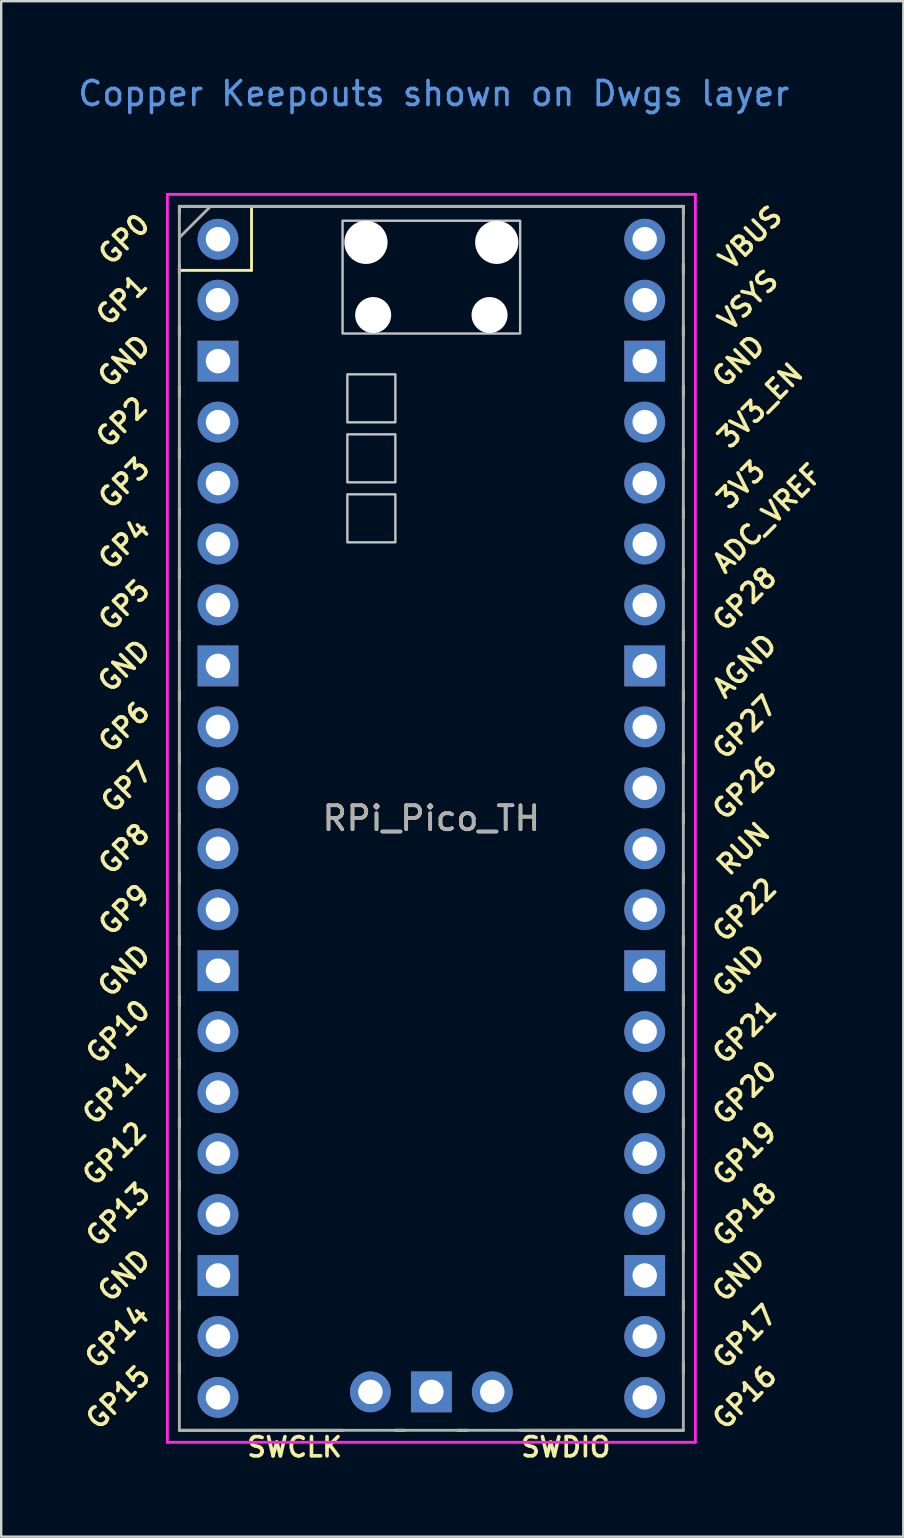
<source format=kicad_pcb>
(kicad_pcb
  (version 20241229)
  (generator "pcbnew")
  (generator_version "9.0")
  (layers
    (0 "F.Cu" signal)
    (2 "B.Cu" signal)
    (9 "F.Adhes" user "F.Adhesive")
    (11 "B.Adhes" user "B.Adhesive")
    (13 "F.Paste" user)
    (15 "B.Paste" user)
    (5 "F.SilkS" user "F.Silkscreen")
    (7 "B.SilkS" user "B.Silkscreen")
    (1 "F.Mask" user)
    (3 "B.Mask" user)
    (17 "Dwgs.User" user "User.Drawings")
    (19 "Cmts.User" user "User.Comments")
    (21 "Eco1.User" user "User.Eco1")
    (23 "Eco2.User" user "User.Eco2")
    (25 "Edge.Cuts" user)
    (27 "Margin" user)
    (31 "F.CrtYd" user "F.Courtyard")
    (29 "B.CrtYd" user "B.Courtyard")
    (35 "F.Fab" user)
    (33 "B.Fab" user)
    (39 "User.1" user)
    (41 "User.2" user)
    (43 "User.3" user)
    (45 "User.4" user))
  (footprint "RPi_Pico_TH"
    (layer "F.Cu")
    (at 14.924 31.048)
    (property "Reference" "RPi_Pico_TH" (at 0 0 0) (layer "F.SilkS") (effects (font (size 1 1) (thickness 0.15))))
    (attr through_hole)
    (fp_line (start -10.5 -25.5) (end -10.5 -25.2) (stroke (width 0.12) (type solid)) (layer "F.SilkS"))
    (fp_line (start -10.5 -25.5) (end 10.5 -25.5) (stroke (width 0.12) (type solid)) (layer "F.SilkS"))
    (fp_line (start -10.5 -23.1) (end -10.5 -22.7) (stroke (width 0.12) (type solid)) (layer "F.SilkS"))
    (fp_line (start -10.5 -22.833) (end -7.493 -22.833) (stroke (width 0.12) (type solid)) (layer "F.SilkS"))
    (fp_line (start -10.5 -20.5) (end -10.5 -20.1) (stroke (width 0.12) (type solid)) (layer "F.SilkS"))
    (fp_line (start -10.5 -18) (end -10.5 -17.6) (stroke (width 0.12) (type solid)) (layer "F.SilkS"))
    (fp_line (start -10.5 -15.4) (end -10.5 -15) (stroke (width 0.12) (type solid)) (layer "F.SilkS"))
    (fp_line (start -10.5 -12.9) (end -10.5 -12.5) (stroke (width 0.12) (type solid)) (layer "F.SilkS"))
    (fp_line (start -10.5 -10.4) (end -10.5 -10) (stroke (width 0.12) (type solid)) (layer "F.SilkS"))
    (fp_line (start -10.5 -7.8) (end -10.5 -7.4) (stroke (width 0.12) (type solid)) (layer "F.SilkS"))
    (fp_line (start -10.5 -5.3) (end -10.5 -4.9) (stroke (width 0.12) (type solid)) (layer "F.SilkS"))
    (fp_line (start -10.5 -2.7) (end -10.5 -2.3) (stroke (width 0.12) (type solid)) (layer "F.SilkS"))
    (fp_line (start -10.5 -0.2) (end -10.5 0.2) (stroke (width 0.12) (type solid)) (layer "F.SilkS"))
    (fp_line (start -10.5 2.3) (end -10.5 2.7) (stroke (width 0.12) (type solid)) (layer "F.SilkS"))
    (fp_line (start -10.5 4.9) (end -10.5 5.3) (stroke (width 0.12) (type solid)) (layer "F.SilkS"))
    (fp_line (start -10.5 7.4) (end -10.5 7.8) (stroke (width 0.12) (type solid)) (layer "F.SilkS"))
    (fp_line (start -10.5 10) (end -10.5 10.4) (stroke (width 0.12) (type solid)) (layer "F.SilkS"))
    (fp_line (start -10.5 12.5) (end -10.5 12.9) (stroke (width 0.12) (type solid)) (layer "F.SilkS"))
    (fp_line (start -10.5 15.1) (end -10.5 15.5) (stroke (width 0.12) (type solid)) (layer "F.SilkS"))
    (fp_line (start -10.5 17.6) (end -10.5 18) (stroke (width 0.12) (type solid)) (layer "F.SilkS"))
    (fp_line (start -10.5 20.1) (end -10.5 20.5) (stroke (width 0.12) (type solid)) (layer "F.SilkS"))
    (fp_line (start -10.5 22.7) (end -10.5 23.1) (stroke (width 0.12) (type solid)) (layer "F.SilkS"))
    (fp_line (start -7.493 -22.833) (end -7.493 -25.5) (stroke (width 0.12) (type solid)) (layer "F.SilkS"))
    (fp_line (start -3.7 25.5) (end -10.5 25.5) (stroke (width 0.12) (type solid)) (layer "F.SilkS"))
    (fp_line (start -1.5 25.5) (end -1.1 25.5) (stroke (width 0.12) (type solid)) (layer "F.SilkS"))
    (fp_line (start 1.1 25.5) (end 1.5 25.5) (stroke (width 0.12) (type solid)) (layer "F.SilkS"))
    (fp_line (start 10.5 -25.5) (end 10.5 -25.2) (stroke (width 0.12) (type solid)) (layer "F.SilkS"))
    (fp_line (start 10.5 -23.1) (end 10.5 -22.7) (stroke (width 0.12) (type solid)) (layer "F.SilkS"))
    (fp_line (start 10.5 -20.5) (end 10.5 -20.1) (stroke (width 0.12) (type solid)) (layer "F.SilkS"))
    (fp_line (start 10.5 -18) (end 10.5 -17.6) (stroke (width 0.12) (type solid)) (layer "F.SilkS"))
    (fp_line (start 10.5 -15.4) (end 10.5 -15) (stroke (width 0.12) (type solid)) (layer "F.SilkS"))
    (fp_line (start 10.5 -12.9) (end 10.5 -12.5) (stroke (width 0.12) (type solid)) (layer "F.SilkS"))
    (fp_line (start 10.5 -10.4) (end 10.5 -10) (stroke (width 0.12) (type solid)) (layer "F.SilkS"))
    (fp_line (start 10.5 -7.8) (end 10.5 -7.4) (stroke (width 0.12) (type solid)) (layer "F.SilkS"))
    (fp_line (start 10.5 -5.3) (end 10.5 -4.9) (stroke (width 0.12) (type solid)) (layer "F.SilkS"))
    (fp_line (start 10.5 -2.7) (end 10.5 -2.3) (stroke (width 0.12) (type solid)) (layer "F.SilkS"))
    (fp_line (start 10.5 -0.2) (end 10.5 0.2) (stroke (width 0.12) (type solid)) (layer "F.SilkS"))
    (fp_line (start 10.5 2.3) (end 10.5 2.7) (stroke (width 0.12) (type solid)) (layer "F.SilkS"))
    (fp_line (start 10.5 4.9) (end 10.5 5.3) (stroke (width 0.12) (type solid)) (layer "F.SilkS"))
    (fp_line (start 10.5 7.4) (end 10.5 7.8) (stroke (width 0.12) (type solid)) (layer "F.SilkS"))
    (fp_line (start 10.5 10) (end 10.5 10.4) (stroke (width 0.12) (type solid)) (layer "F.SilkS"))
    (fp_line (start 10.5 12.5) (end 10.5 12.9) (stroke (width 0.12) (type solid)) (layer "F.SilkS"))
    (fp_line (start 10.5 15.1) (end 10.5 15.5) (stroke (width 0.12) (type solid)) (layer "F.SilkS"))
    (fp_line (start 10.5 17.6) (end 10.5 18) (stroke (width 0.12) (type solid)) (layer "F.SilkS"))
    (fp_line (start 10.5 20.1) (end 10.5 20.5) (stroke (width 0.12) (type solid)) (layer "F.SilkS"))
    (fp_line (start 10.5 22.7) (end 10.5 23.1) (stroke (width 0.12) (type solid)) (layer "F.SilkS"))
    (fp_line (start 10.5 25.5) (end 3.7 25.5) (stroke (width 0.12) (type solid)) (layer "F.SilkS"))
    (fp_poly (pts (xy -1.5 -16.5) (xy -3.5 -16.5) (xy -3.5 -18.5) (xy -1.5 -18.5)) (stroke (width 0.1) (type solid)) (fill no) (layer "Dwgs.User"))
    (fp_poly (pts (xy -1.5 -14) (xy -3.5 -14) (xy -3.5 -16) (xy -1.5 -16)) (stroke (width 0.1) (type solid)) (fill no) (layer "Dwgs.User"))
    (fp_poly (pts (xy -1.5 -11.5) (xy -3.5 -11.5) (xy -3.5 -13.5) (xy -1.5 -13.5)) (stroke (width 0.1) (type solid)) (fill no) (layer "Dwgs.User"))
    (fp_poly (pts (xy 3.7 -20.2) (xy -3.7 -20.2) (xy -3.7 -24.9) (xy 3.7 -24.9)) (stroke (width 0.1) (type solid)) (fill no) (layer "Dwgs.User"))
    (fp_line (start -11 -26) (end 11 -26) (stroke (width 0.12) (type solid)) (layer "F.CrtYd"))
    (fp_line (start -11 26) (end -11 -26) (stroke (width 0.12) (type solid)) (layer "F.CrtYd"))
    (fp_line (start 11 -26) (end 11 26) (stroke (width 0.12) (type solid)) (layer "F.CrtYd"))
    (fp_line (start 11 26) (end -11 26) (stroke (width 0.12) (type solid)) (layer "F.CrtYd"))
    (fp_line (start -10.5 -25.5) (end 10.5 -25.5) (stroke (width 0.12) (type solid)) (layer "F.Fab"))
    (fp_line (start -10.5 -24.2) (end -9.2 -25.5) (stroke (width 0.12) (type solid)) (layer "F.Fab"))
    (fp_line (start -10.5 25.5) (end -10.5 -25.5) (stroke (width 0.12) (type solid)) (layer "F.Fab"))
    (fp_line (start 10.5 -25.5) (end 10.5 25.5) (stroke (width 0.12) (type solid)) (layer "F.Fab"))
    (fp_line (start 10.5 25.5) (end -10.5 25.5) (stroke (width 0.12) (type solid)) (layer "F.Fab"))
    (fp_text user "GND" (at 12.8 19.05 45) (layer "F.SilkS") (effects (font (size 0.8 0.8) (thickness 0.15))))
    (fp_text user "GP6" (at -12.8 -3.81 45) (layer "F.SilkS") (effects (font (size 0.8 0.8) (thickness 0.15))))
    (fp_text user "GND" (at -12.8 6.35 45) (layer "F.SilkS") (effects (font (size 0.8 0.8) (thickness 0.15))))
    (fp_text user "GP27" (at 13.054 -3.8 45) (layer "F.SilkS") (effects (font (size 0.8 0.8) (thickness 0.15))))
    (fp_text user "GP9" (at -12.8 3.81 45) (layer "F.SilkS") (effects (font (size 0.8 0.8) (thickness 0.15))))
    (fp_text user "GP20" (at 13.054 11.43 45) (layer "F.SilkS") (effects (font (size 0.8 0.8) (thickness 0.15))))
    (fp_text user "GP21" (at 13.054 8.9 45) (layer "F.SilkS") (effects (font (size 0.8 0.8) (thickness 0.15))))
    (fp_text user "GP15" (at -13.054 24.13 45) (layer "F.SilkS") (effects (font (size 0.8 0.8) (thickness 0.15))))
    (fp_text user "GP18" (at 13.054 16.51 45) (layer "F.SilkS") (effects (font (size 0.8 0.8) (thickness 0.15))))
    (fp_text user "GP14" (at -13.1 21.59 45) (layer "F.SilkS") (effects (font (size 0.8 0.8) (thickness 0.15))))
    (fp_text user "GND" (at 12.8 -19.05 45) (layer "F.SilkS") (effects (font (size 0.8 0.8) (thickness 0.15))))
    (fp_text user "GND" (at 12.8 6.35 45) (layer "F.SilkS") (effects (font (size 0.8 0.8) (thickness 0.15))))
    (fp_text user "GP0" (at -12.8 -24.13 45) (layer "F.SilkS") (effects (font (size 0.8 0.8) (thickness 0.15))))
    (fp_text user "3V3_EN" (at 13.7 -17.2 45) (layer "F.SilkS") (effects (font (size 0.8 0.8) (thickness 0.15))))
    (fp_text user "VSYS" (at 13.2 -21.59 45) (layer "F.SilkS") (effects (font (size 0.8 0.8) (thickness 0.15))))
    (fp_text user "GND" (at -12.8 19.05 45) (layer "F.SilkS") (effects (font (size 0.8 0.8) (thickness 0.15))))
    (fp_text user "ADC_VREF" (at 14 -12.5 45) (layer "F.SilkS") (effects (font (size 0.8 0.8) (thickness 0.15))))
    (fp_text user "GP12" (at -13.2 13.97 45) (layer "F.SilkS") (effects (font (size 0.8 0.8) (thickness 0.15))))
    (fp_text user "SWCLK" (at -5.7 26.2 0) (layer "F.SilkS") (effects (font (size 0.8 0.8) (thickness 0.15))))
    (fp_text user "GP1" (at -12.9 -21.6 45) (layer "F.SilkS") (effects (font (size 0.8 0.8) (thickness 0.15))))
    (fp_text user "GP26" (at 13.054 -1.27 45) (layer "F.SilkS") (effects (font (size 0.8 0.8) (thickness 0.15))))
    (fp_text user "GP4" (at -12.8 -11.43 45) (layer "F.SilkS") (effects (font (size 0.8 0.8) (thickness 0.15))))
    (fp_text user "AGND" (at 13.054 -6.35 45) (layer "F.SilkS") (effects (font (size 0.8 0.8) (thickness 0.15))))
    (fp_text user "GP2" (at -12.9 -16.51 45) (layer "F.SilkS") (effects (font (size 0.8 0.8) (thickness 0.15))))
    (fp_text user "SWDIO" (at 5.6 26.2 0) (layer "F.SilkS") (effects (font (size 0.8 0.8) (thickness 0.15))))
    (fp_text user "RUN" (at 13 1.27 45) (layer "F.SilkS") (effects (font (size 0.8 0.8) (thickness 0.15))))
    (fp_text user "VBUS" (at 13.3 -24.2 45) (layer "F.SilkS") (effects (font (size 0.8 0.8) (thickness 0.15))))
    (fp_text user "GND" (at -12.8 -19.05 45) (layer "F.SilkS") (effects (font (size 0.8 0.8) (thickness 0.15))))
    (fp_text user "GP17" (at 13.054 21.59 45) (layer "F.SilkS") (effects (font (size 0.8 0.8) (thickness 0.15))))
    (fp_text user "3V3" (at 12.9 -13.9 45) (layer "F.SilkS") (effects (font (size 0.8 0.8) (thickness 0.15))))
    (fp_text user "GP28" (at 13.054 -9.144 45) (layer "F.SilkS") (effects (font (size 0.8 0.8) (thickness 0.15))))
    (fp_text user "GP19" (at 13.054 13.97 45) (layer "F.SilkS") (effects (font (size 0.8 0.8) (thickness 0.15))))
    (fp_text user "GP16" (at 13.054 24.13 45) (layer "F.SilkS") (effects (font (size 0.8 0.8) (thickness 0.15))))
    (fp_text user "GP7" (at -12.7 -1.3 45) (layer "F.SilkS") (effects (font (size 0.8 0.8) (thickness 0.15))))
    (fp_text user "GP22" (at 13.054 3.81 45) (layer "F.SilkS") (effects (font (size 0.8 0.8) (thickness 0.15))))
    (fp_text user "GP11" (at -13.2 11.43 45) (layer "F.SilkS") (effects (font (size 0.8 0.8) (thickness 0.15))))
    (fp_text user "GP3" (at -12.8 -13.97 45) (layer "F.SilkS") (effects (font (size 0.8 0.8) (thickness 0.15))))
    (fp_text user "GP13" (at -13.054 16.51 45) (layer "F.SilkS") (effects (font (size 0.8 0.8) (thickness 0.15))))
    (fp_text user "GP10" (at -13.054 8.89 45) (layer "F.SilkS") (effects (font (size 0.8 0.8) (thickness 0.15))))
    (fp_text user "GND" (at -12.8 -6.35 45) (layer "F.SilkS") (effects (font (size 0.8 0.8) (thickness 0.15))))
    (fp_text user "GP5" (at -12.8 -8.89 45) (layer "F.SilkS") (effects (font (size 0.8 0.8) (thickness 0.15))))
    (fp_text user "GP8" (at -12.8 1.27 45) (layer "F.SilkS") (effects (font (size 0.8 0.8) (thickness 0.15))))
    (fp_text user "Copper Keepouts shown on Dwgs layer" (at 0.1 -30.2 0) (layer "Cmts.User") (effects (font (size 1 1) (thickness 0.15))))
    (fp_text user "${REFERENCE}" (at 0 0 0) (layer "F.Fab") (effects (font (size 1 1) (thickness 0.15))))
    (pad "" np_thru_hole oval (at -2.725 -24) (size 1.8 1.8) (drill 1.8) (layers "*.Cu" "*.Mask"))
    (pad "" np_thru_hole oval (at -2.425 -20.97) (size 1.5 1.5) (drill 1.5) (layers "*.Cu" "*.Mask"))
    (pad "" np_thru_hole oval (at 2.425 -20.97) (size 1.5 1.5) (drill 1.5) (layers "*.Cu" "*.Mask"))
    (pad "" np_thru_hole oval (at 2.725 -24) (size 1.8 1.8) (drill 1.8) (layers "*.Cu" "*.Mask"))
    (pad "1" thru_hole oval (at -8.89 -24.13) (size 1.7 1.7) (drill 1.02) (layers "*.Cu" "*.Mask"))
    (pad "2" thru_hole oval (at -8.89 -21.59) (size 1.7 1.7) (drill 1.02) (layers "*.Cu" "*.Mask"))
    (pad "3" thru_hole rect (at -8.89 -19.05) (size 1.7 1.7) (drill 1.02) (layers "*.Cu" "*.Mask"))
    (pad "4" thru_hole oval (at -8.89 -16.51) (size 1.7 1.7) (drill 1.02) (layers "*.Cu" "*.Mask"))
    (pad "5" thru_hole oval (at -8.89 -13.97) (size 1.7 1.7) (drill 1.02) (layers "*.Cu" "*.Mask"))
    (pad "6" thru_hole oval (at -8.89 -11.43) (size 1.7 1.7) (drill 1.02) (layers "*.Cu" "*.Mask"))
    (pad "7" thru_hole oval (at -8.89 -8.89) (size 1.7 1.7) (drill 1.02) (layers "*.Cu" "*.Mask"))
    (pad "8" thru_hole rect (at -8.89 -6.35) (size 1.7 1.7) (drill 1.02) (layers "*.Cu" "*.Mask"))
    (pad "9" thru_hole oval (at -8.89 -3.81) (size 1.7 1.7) (drill 1.02) (layers "*.Cu" "*.Mask"))
    (pad "10" thru_hole oval (at -8.89 -1.27) (size 1.7 1.7) (drill 1.02) (layers "*.Cu" "*.Mask"))
    (pad "11" thru_hole oval (at -8.89 1.27) (size 1.7 1.7) (drill 1.02) (layers "*.Cu" "*.Mask"))
    (pad "12" thru_hole oval (at -8.89 3.81) (size 1.7 1.7) (drill 1.02) (layers "*.Cu" "*.Mask"))
    (pad "13" thru_hole rect (at -8.89 6.35) (size 1.7 1.7) (drill 1.02) (layers "*.Cu" "*.Mask"))
    (pad "14" thru_hole oval (at -8.89 8.89) (size 1.7 1.7) (drill 1.02) (layers "*.Cu" "*.Mask"))
    (pad "15" thru_hole oval (at -8.89 11.43) (size 1.7 1.7) (drill 1.02) (layers "*.Cu" "*.Mask"))
    (pad "16" thru_hole oval (at -8.89 13.97) (size 1.7 1.7) (drill 1.02) (layers "*.Cu" "*.Mask"))
    (pad "17" thru_hole oval (at -8.89 16.51) (size 1.7 1.7) (drill 1.02) (layers "*.Cu" "*.Mask"))
    (pad "18" thru_hole rect (at -8.89 19.05) (size 1.7 1.7) (drill 1.02) (layers "*.Cu" "*.Mask"))
    (pad "19" thru_hole oval (at -8.89 21.59) (size 1.7 1.7) (drill 1.02) (layers "*.Cu" "*.Mask"))
    (pad "20" thru_hole oval (at -8.89 24.13) (size 1.7 1.7) (drill 1.02) (layers "*.Cu" "*.Mask"))
    (pad "21" thru_hole oval (at 8.89 24.13) (size 1.7 1.7) (drill 1.02) (layers "*.Cu" "*.Mask"))
    (pad "22" thru_hole oval (at 8.89 21.59) (size 1.7 1.7) (drill 1.02) (layers "*.Cu" "*.Mask"))
    (pad "23" thru_hole rect (at 8.89 19.05) (size 1.7 1.7) (drill 1.02) (layers "*.Cu" "*.Mask"))
    (pad "24" thru_hole oval (at 8.89 16.51) (size 1.7 1.7) (drill 1.02) (layers "*.Cu" "*.Mask"))
    (pad "25" thru_hole oval (at 8.89 13.97) (size 1.7 1.7) (drill 1.02) (layers "*.Cu" "*.Mask"))
    (pad "26" thru_hole oval (at 8.89 11.43) (size 1.7 1.7) (drill 1.02) (layers "*.Cu" "*.Mask"))
    (pad "27" thru_hole oval (at 8.89 8.89) (size 1.7 1.7) (drill 1.02) (layers "*.Cu" "*.Mask"))
    (pad "28" thru_hole rect (at 8.89 6.35) (size 1.7 1.7) (drill 1.02) (layers "*.Cu" "*.Mask"))
    (pad "29" thru_hole oval (at 8.89 3.81) (size 1.7 1.7) (drill 1.02) (layers "*.Cu" "*.Mask"))
    (pad "30" thru_hole oval (at 8.89 1.27) (size 1.7 1.7) (drill 1.02) (layers "*.Cu" "*.Mask"))
    (pad "31" thru_hole oval (at 8.89 -1.27) (size 1.7 1.7) (drill 1.02) (layers "*.Cu" "*.Mask"))
    (pad "32" thru_hole oval (at 8.89 -3.81) (size 1.7 1.7) (drill 1.02) (layers "*.Cu" "*.Mask"))
    (pad "33" thru_hole rect (at 8.89 -6.35) (size 1.7 1.7) (drill 1.02) (layers "*.Cu" "*.Mask"))
    (pad "34" thru_hole oval (at 8.89 -8.89) (size 1.7 1.7) (drill 1.02) (layers "*.Cu" "*.Mask"))
    (pad "35" thru_hole oval (at 8.89 -11.43) (size 1.7 1.7) (drill 1.02) (layers "*.Cu" "*.Mask"))
    (pad "36" thru_hole oval (at 8.89 -13.97) (size 1.7 1.7) (drill 1.02) (layers "*.Cu" "*.Mask"))
    (pad "37" thru_hole oval (at 8.89 -16.51) (size 1.7 1.7) (drill 1.02) (layers "*.Cu" "*.Mask"))
    (pad "38" thru_hole rect (at 8.89 -19.05) (size 1.7 1.7) (drill 1.02) (layers "*.Cu" "*.Mask"))
    (pad "39" thru_hole oval (at 8.89 -21.59) (size 1.7 1.7) (drill 1.02) (layers "*.Cu" "*.Mask"))
    (pad "40" thru_hole oval (at 8.89 -24.13) (size 1.7 1.7) (drill 1.02) (layers "*.Cu" "*.Mask"))
    (pad "41" thru_hole oval (at -2.54 23.9) (size 1.7 1.7) (drill 1.02) (layers "*.Cu" "*.Mask"))
    (pad "42" thru_hole rect (at 0 23.9) (size 1.7 1.7) (drill 1.02) (layers "*.Cu" "*.Mask"))
    (pad "43" thru_hole oval (at 2.54 23.9) (size 1.7 1.7) (drill 1.02) (layers "*.Cu" "*.Mask")))
  (gr_rect
    (start -3 -3)
    (end 34.591 60.98)
    (stroke (width 0.1) (type default))
    (fill no)
    (layer "Edge.Cuts")))
</source>
